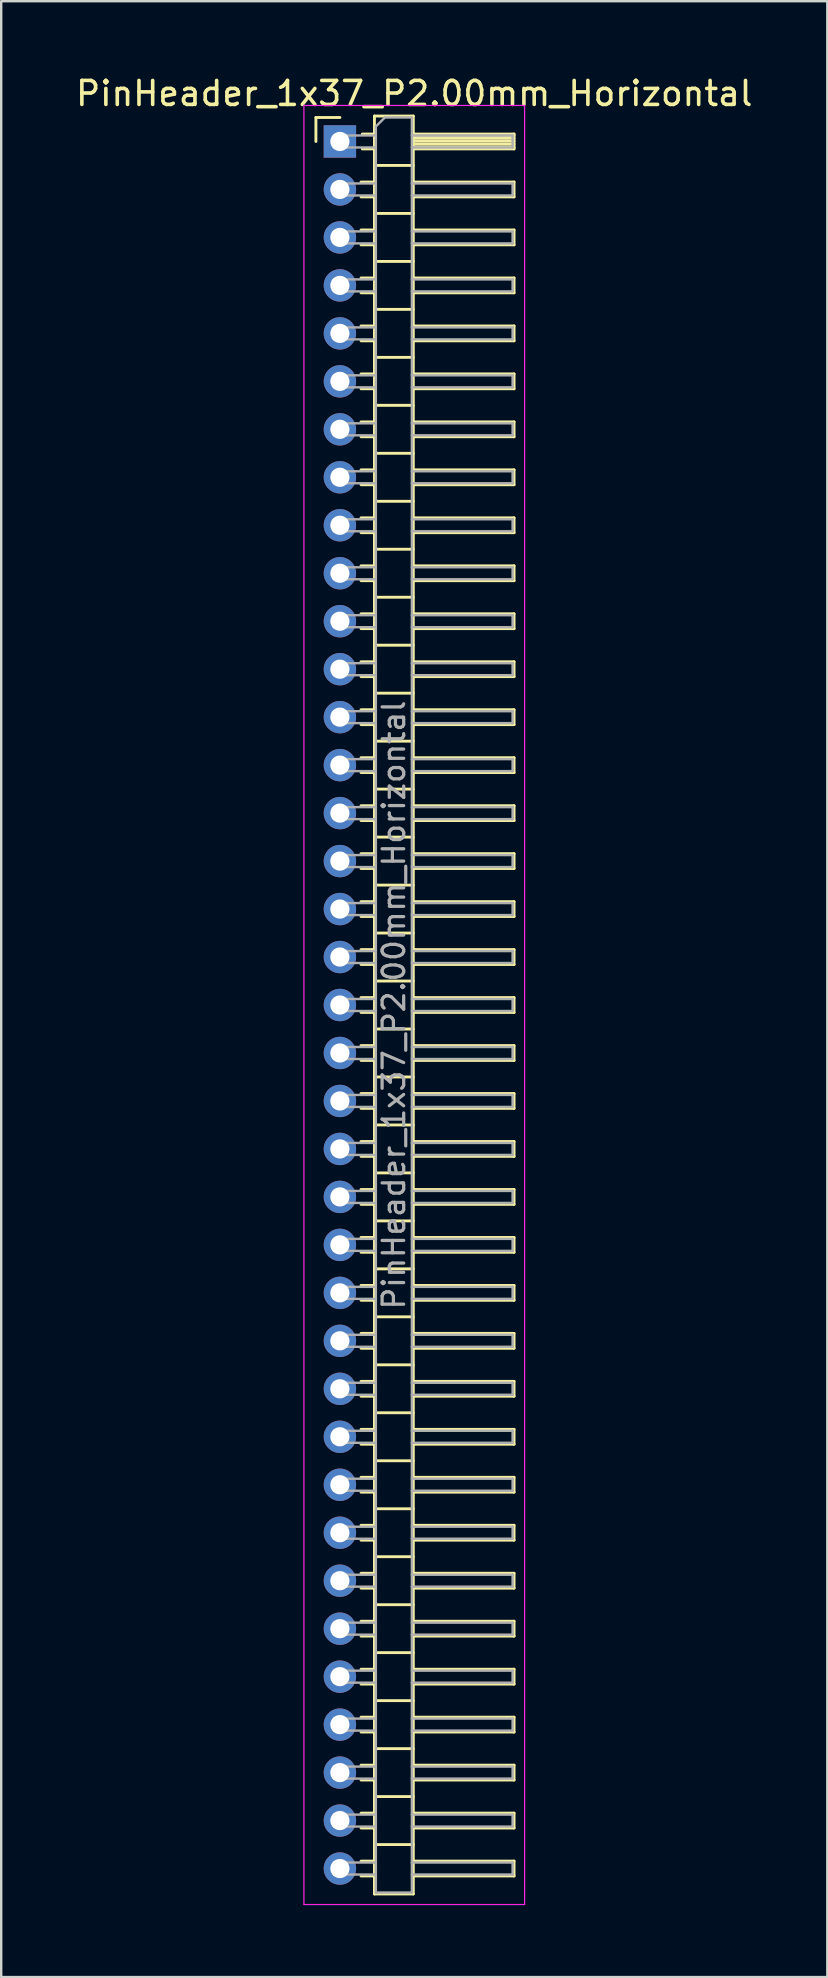
<source format=kicad_pcb>
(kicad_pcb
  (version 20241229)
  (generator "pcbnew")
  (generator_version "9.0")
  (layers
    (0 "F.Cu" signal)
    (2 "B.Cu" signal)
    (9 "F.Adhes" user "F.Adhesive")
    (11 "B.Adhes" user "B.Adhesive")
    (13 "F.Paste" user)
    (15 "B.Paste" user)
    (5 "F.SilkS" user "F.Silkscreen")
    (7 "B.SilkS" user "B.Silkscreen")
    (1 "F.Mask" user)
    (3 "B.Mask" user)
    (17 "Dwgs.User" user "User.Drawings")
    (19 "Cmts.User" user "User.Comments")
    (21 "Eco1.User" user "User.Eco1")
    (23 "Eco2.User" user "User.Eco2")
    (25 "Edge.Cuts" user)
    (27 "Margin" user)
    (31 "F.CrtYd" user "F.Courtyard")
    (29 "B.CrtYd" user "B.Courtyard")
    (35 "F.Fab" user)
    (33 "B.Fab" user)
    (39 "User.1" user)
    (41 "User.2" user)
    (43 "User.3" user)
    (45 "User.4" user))
  (footprint "PinHeader_1x37_P2.00mm_Horizontal"
    (layer "F.Cu")
    (at 11.12 2.848)
    (property "Reference" "PinHeader_1x37_P2.00mm_Horizontal" (at 3.1 -2 0) (layer "F.SilkS") (effects (font (size 1 1) (thickness 0.15))))
    (attr through_hole)
    (fp_line (start -1 -1) (end 0 -1) (stroke (width 0.12) (type solid)) (layer "F.SilkS"))
    (fp_line (start -1 0) (end -1 -1) (stroke (width 0.12) (type solid)) (layer "F.SilkS"))
    (fp_line (start 0.882 1.69) (end 1.44 1.69) (stroke (width 0.12) (type solid)) (layer "F.SilkS"))
    (fp_line (start 0.882 2.31) (end 1.44 2.31) (stroke (width 0.12) (type solid)) (layer "F.SilkS"))
    (fp_line (start 0.882 3.69) (end 1.44 3.69) (stroke (width 0.12) (type solid)) (layer "F.SilkS"))
    (fp_line (start 0.882 4.31) (end 1.44 4.31) (stroke (width 0.12) (type solid)) (layer "F.SilkS"))
    (fp_line (start 0.882 5.69) (end 1.44 5.69) (stroke (width 0.12) (type solid)) (layer "F.SilkS"))
    (fp_line (start 0.882 6.31) (end 1.44 6.31) (stroke (width 0.12) (type solid)) (layer "F.SilkS"))
    (fp_line (start 0.882 7.69) (end 1.44 7.69) (stroke (width 0.12) (type solid)) (layer "F.SilkS"))
    (fp_line (start 0.882 8.31) (end 1.44 8.31) (stroke (width 0.12) (type solid)) (layer "F.SilkS"))
    (fp_line (start 0.882 9.69) (end 1.44 9.69) (stroke (width 0.12) (type solid)) (layer "F.SilkS"))
    (fp_line (start 0.882 10.31) (end 1.44 10.31) (stroke (width 0.12) (type solid)) (layer "F.SilkS"))
    (fp_line (start 0.882 11.69) (end 1.44 11.69) (stroke (width 0.12) (type solid)) (layer "F.SilkS"))
    (fp_line (start 0.882 12.31) (end 1.44 12.31) (stroke (width 0.12) (type solid)) (layer "F.SilkS"))
    (fp_line (start 0.882 13.69) (end 1.44 13.69) (stroke (width 0.12) (type solid)) (layer "F.SilkS"))
    (fp_line (start 0.882 14.31) (end 1.44 14.31) (stroke (width 0.12) (type solid)) (layer "F.SilkS"))
    (fp_line (start 0.882 15.69) (end 1.44 15.69) (stroke (width 0.12) (type solid)) (layer "F.SilkS"))
    (fp_line (start 0.882 16.31) (end 1.44 16.31) (stroke (width 0.12) (type solid)) (layer "F.SilkS"))
    (fp_line (start 0.882 17.69) (end 1.44 17.69) (stroke (width 0.12) (type solid)) (layer "F.SilkS"))
    (fp_line (start 0.882 18.31) (end 1.44 18.31) (stroke (width 0.12) (type solid)) (layer "F.SilkS"))
    (fp_line (start 0.882 19.69) (end 1.44 19.69) (stroke (width 0.12) (type solid)) (layer "F.SilkS"))
    (fp_line (start 0.882 20.31) (end 1.44 20.31) (stroke (width 0.12) (type solid)) (layer "F.SilkS"))
    (fp_line (start 0.882 21.69) (end 1.44 21.69) (stroke (width 0.12) (type solid)) (layer "F.SilkS"))
    (fp_line (start 0.882 22.31) (end 1.44 22.31) (stroke (width 0.12) (type solid)) (layer "F.SilkS"))
    (fp_line (start 0.882 23.69) (end 1.44 23.69) (stroke (width 0.12) (type solid)) (layer "F.SilkS"))
    (fp_line (start 0.882 24.31) (end 1.44 24.31) (stroke (width 0.12) (type solid)) (layer "F.SilkS"))
    (fp_line (start 0.882 25.69) (end 1.44 25.69) (stroke (width 0.12) (type solid)) (layer "F.SilkS"))
    (fp_line (start 0.882 26.31) (end 1.44 26.31) (stroke (width 0.12) (type solid)) (layer "F.SilkS"))
    (fp_line (start 0.882 27.69) (end 1.44 27.69) (stroke (width 0.12) (type solid)) (layer "F.SilkS"))
    (fp_line (start 0.882 28.31) (end 1.44 28.31) (stroke (width 0.12) (type solid)) (layer "F.SilkS"))
    (fp_line (start 0.882 29.69) (end 1.44 29.69) (stroke (width 0.12) (type solid)) (layer "F.SilkS"))
    (fp_line (start 0.882 30.31) (end 1.44 30.31) (stroke (width 0.12) (type solid)) (layer "F.SilkS"))
    (fp_line (start 0.882 31.69) (end 1.44 31.69) (stroke (width 0.12) (type solid)) (layer "F.SilkS"))
    (fp_line (start 0.882 32.31) (end 1.44 32.31) (stroke (width 0.12) (type solid)) (layer "F.SilkS"))
    (fp_line (start 0.882 33.69) (end 1.44 33.69) (stroke (width 0.12) (type solid)) (layer "F.SilkS"))
    (fp_line (start 0.882 34.31) (end 1.44 34.31) (stroke (width 0.12) (type solid)) (layer "F.SilkS"))
    (fp_line (start 0.882 35.69) (end 1.44 35.69) (stroke (width 0.12) (type solid)) (layer "F.SilkS"))
    (fp_line (start 0.882 36.31) (end 1.44 36.31) (stroke (width 0.12) (type solid)) (layer "F.SilkS"))
    (fp_line (start 0.882 37.69) (end 1.44 37.69) (stroke (width 0.12) (type solid)) (layer "F.SilkS"))
    (fp_line (start 0.882 38.31) (end 1.44 38.31) (stroke (width 0.12) (type solid)) (layer "F.SilkS"))
    (fp_line (start 0.882 39.69) (end 1.44 39.69) (stroke (width 0.12) (type solid)) (layer "F.SilkS"))
    (fp_line (start 0.882 40.31) (end 1.44 40.31) (stroke (width 0.12) (type solid)) (layer "F.SilkS"))
    (fp_line (start 0.882 41.69) (end 1.44 41.69) (stroke (width 0.12) (type solid)) (layer "F.SilkS"))
    (fp_line (start 0.882 42.31) (end 1.44 42.31) (stroke (width 0.12) (type solid)) (layer "F.SilkS"))
    (fp_line (start 0.882 43.69) (end 1.44 43.69) (stroke (width 0.12) (type solid)) (layer "F.SilkS"))
    (fp_line (start 0.882 44.31) (end 1.44 44.31) (stroke (width 0.12) (type solid)) (layer "F.SilkS"))
    (fp_line (start 0.882 45.69) (end 1.44 45.69) (stroke (width 0.12) (type solid)) (layer "F.SilkS"))
    (fp_line (start 0.882 46.31) (end 1.44 46.31) (stroke (width 0.12) (type solid)) (layer "F.SilkS"))
    (fp_line (start 0.882 47.69) (end 1.44 47.69) (stroke (width 0.12) (type solid)) (layer "F.SilkS"))
    (fp_line (start 0.882 48.31) (end 1.44 48.31) (stroke (width 0.12) (type solid)) (layer "F.SilkS"))
    (fp_line (start 0.882 49.69) (end 1.44 49.69) (stroke (width 0.12) (type solid)) (layer "F.SilkS"))
    (fp_line (start 0.882 50.31) (end 1.44 50.31) (stroke (width 0.12) (type solid)) (layer "F.SilkS"))
    (fp_line (start 0.882 51.69) (end 1.44 51.69) (stroke (width 0.12) (type solid)) (layer "F.SilkS"))
    (fp_line (start 0.882 52.31) (end 1.44 52.31) (stroke (width 0.12) (type solid)) (layer "F.SilkS"))
    (fp_line (start 0.882 53.69) (end 1.44 53.69) (stroke (width 0.12) (type solid)) (layer "F.SilkS"))
    (fp_line (start 0.882 54.31) (end 1.44 54.31) (stroke (width 0.12) (type solid)) (layer "F.SilkS"))
    (fp_line (start 0.882 55.69) (end 1.44 55.69) (stroke (width 0.12) (type solid)) (layer "F.SilkS"))
    (fp_line (start 0.882 56.31) (end 1.44 56.31) (stroke (width 0.12) (type solid)) (layer "F.SilkS"))
    (fp_line (start 0.882 57.69) (end 1.44 57.69) (stroke (width 0.12) (type solid)) (layer "F.SilkS"))
    (fp_line (start 0.882 58.31) (end 1.44 58.31) (stroke (width 0.12) (type solid)) (layer "F.SilkS"))
    (fp_line (start 0.882 59.69) (end 1.44 59.69) (stroke (width 0.12) (type solid)) (layer "F.SilkS"))
    (fp_line (start 0.882 60.31) (end 1.44 60.31) (stroke (width 0.12) (type solid)) (layer "F.SilkS"))
    (fp_line (start 0.882 61.69) (end 1.44 61.69) (stroke (width 0.12) (type solid)) (layer "F.SilkS"))
    (fp_line (start 0.882 62.31) (end 1.44 62.31) (stroke (width 0.12) (type solid)) (layer "F.SilkS"))
    (fp_line (start 0.882 63.69) (end 1.44 63.69) (stroke (width 0.12) (type solid)) (layer "F.SilkS"))
    (fp_line (start 0.882 64.31) (end 1.44 64.31) (stroke (width 0.12) (type solid)) (layer "F.SilkS"))
    (fp_line (start 0.882 65.69) (end 1.44 65.69) (stroke (width 0.12) (type solid)) (layer "F.SilkS"))
    (fp_line (start 0.882 66.31) (end 1.44 66.31) (stroke (width 0.12) (type solid)) (layer "F.SilkS"))
    (fp_line (start 0.882 67.69) (end 1.44 67.69) (stroke (width 0.12) (type solid)) (layer "F.SilkS"))
    (fp_line (start 0.882 68.31) (end 1.44 68.31) (stroke (width 0.12) (type solid)) (layer "F.SilkS"))
    (fp_line (start 0.882 69.69) (end 1.44 69.69) (stroke (width 0.12) (type solid)) (layer "F.SilkS"))
    (fp_line (start 0.882 70.31) (end 1.44 70.31) (stroke (width 0.12) (type solid)) (layer "F.SilkS"))
    (fp_line (start 0.882 71.69) (end 1.44 71.69) (stroke (width 0.12) (type solid)) (layer "F.SilkS"))
    (fp_line (start 0.882 72.31) (end 1.44 72.31) (stroke (width 0.12) (type solid)) (layer "F.SilkS"))
    (fp_line (start 0.935 -0.31) (end 1.44 -0.31) (stroke (width 0.12) (type solid)) (layer "F.SilkS"))
    (fp_line (start 0.935 0.31) (end 1.44 0.31) (stroke (width 0.12) (type solid)) (layer "F.SilkS"))
    (fp_line (start 1.44 -1.06) (end 1.44 73.06) (stroke (width 0.12) (type solid)) (layer "F.SilkS"))
    (fp_line (start 1.44 1) (end 3.06 1) (stroke (width 0.12) (type solid)) (layer "F.SilkS"))
    (fp_line (start 1.44 3) (end 3.06 3) (stroke (width 0.12) (type solid)) (layer "F.SilkS"))
    (fp_line (start 1.44 5) (end 3.06 5) (stroke (width 0.12) (type solid)) (layer "F.SilkS"))
    (fp_line (start 1.44 7) (end 3.06 7) (stroke (width 0.12) (type solid)) (layer "F.SilkS"))
    (fp_line (start 1.44 9) (end 3.06 9) (stroke (width 0.12) (type solid)) (layer "F.SilkS"))
    (fp_line (start 1.44 11) (end 3.06 11) (stroke (width 0.12) (type solid)) (layer "F.SilkS"))
    (fp_line (start 1.44 13) (end 3.06 13) (stroke (width 0.12) (type solid)) (layer "F.SilkS"))
    (fp_line (start 1.44 15) (end 3.06 15) (stroke (width 0.12) (type solid)) (layer "F.SilkS"))
    (fp_line (start 1.44 17) (end 3.06 17) (stroke (width 0.12) (type solid)) (layer "F.SilkS"))
    (fp_line (start 1.44 19) (end 3.06 19) (stroke (width 0.12) (type solid)) (layer "F.SilkS"))
    (fp_line (start 1.44 21) (end 3.06 21) (stroke (width 0.12) (type solid)) (layer "F.SilkS"))
    (fp_line (start 1.44 23) (end 3.06 23) (stroke (width 0.12) (type solid)) (layer "F.SilkS"))
    (fp_line (start 1.44 25) (end 3.06 25) (stroke (width 0.12) (type solid)) (layer "F.SilkS"))
    (fp_line (start 1.44 27) (end 3.06 27) (stroke (width 0.12) (type solid)) (layer "F.SilkS"))
    (fp_line (start 1.44 29) (end 3.06 29) (stroke (width 0.12) (type solid)) (layer "F.SilkS"))
    (fp_line (start 1.44 31) (end 3.06 31) (stroke (width 0.12) (type solid)) (layer "F.SilkS"))
    (fp_line (start 1.44 33) (end 3.06 33) (stroke (width 0.12) (type solid)) (layer "F.SilkS"))
    (fp_line (start 1.44 35) (end 3.06 35) (stroke (width 0.12) (type solid)) (layer "F.SilkS"))
    (fp_line (start 1.44 37) (end 3.06 37) (stroke (width 0.12) (type solid)) (layer "F.SilkS"))
    (fp_line (start 1.44 39) (end 3.06 39) (stroke (width 0.12) (type solid)) (layer "F.SilkS"))
    (fp_line (start 1.44 41) (end 3.06 41) (stroke (width 0.12) (type solid)) (layer "F.SilkS"))
    (fp_line (start 1.44 43) (end 3.06 43) (stroke (width 0.12) (type solid)) (layer "F.SilkS"))
    (fp_line (start 1.44 45) (end 3.06 45) (stroke (width 0.12) (type solid)) (layer "F.SilkS"))
    (fp_line (start 1.44 47) (end 3.06 47) (stroke (width 0.12) (type solid)) (layer "F.SilkS"))
    (fp_line (start 1.44 49) (end 3.06 49) (stroke (width 0.12) (type solid)) (layer "F.SilkS"))
    (fp_line (start 1.44 51) (end 3.06 51) (stroke (width 0.12) (type solid)) (layer "F.SilkS"))
    (fp_line (start 1.44 53) (end 3.06 53) (stroke (width 0.12) (type solid)) (layer "F.SilkS"))
    (fp_line (start 1.44 55) (end 3.06 55) (stroke (width 0.12) (type solid)) (layer "F.SilkS"))
    (fp_line (start 1.44 57) (end 3.06 57) (stroke (width 0.12) (type solid)) (layer "F.SilkS"))
    (fp_line (start 1.44 59) (end 3.06 59) (stroke (width 0.12) (type solid)) (layer "F.SilkS"))
    (fp_line (start 1.44 61) (end 3.06 61) (stroke (width 0.12) (type solid)) (layer "F.SilkS"))
    (fp_line (start 1.44 63) (end 3.06 63) (stroke (width 0.12) (type solid)) (layer "F.SilkS"))
    (fp_line (start 1.44 65) (end 3.06 65) (stroke (width 0.12) (type solid)) (layer "F.SilkS"))
    (fp_line (start 1.44 67) (end 3.06 67) (stroke (width 0.12) (type solid)) (layer "F.SilkS"))
    (fp_line (start 1.44 69) (end 3.06 69) (stroke (width 0.12) (type solid)) (layer "F.SilkS"))
    (fp_line (start 1.44 71) (end 3.06 71) (stroke (width 0.12) (type solid)) (layer "F.SilkS"))
    (fp_line (start 1.44 73.06) (end 3.06 73.06) (stroke (width 0.12) (type solid)) (layer "F.SilkS"))
    (fp_line (start 3.06 -1.06) (end 1.44 -1.06) (stroke (width 0.12) (type solid)) (layer "F.SilkS"))
    (fp_line (start 3.06 -0.31) (end 7.26 -0.31) (stroke (width 0.12) (type solid)) (layer "F.SilkS"))
    (fp_line (start 3.06 -0.25) (end 7.26 -0.25) (stroke (width 0.12) (type solid)) (layer "F.SilkS"))
    (fp_line (start 3.06 -0.13) (end 7.26 -0.13) (stroke (width 0.12) (type solid)) (layer "F.SilkS"))
    (fp_line (start 3.06 -0.01) (end 7.26 -0.01) (stroke (width 0.12) (type solid)) (layer "F.SilkS"))
    (fp_line (start 3.06 0.11) (end 7.26 0.11) (stroke (width 0.12) (type solid)) (layer "F.SilkS"))
    (fp_line (start 3.06 0.23) (end 7.26 0.23) (stroke (width 0.12) (type solid)) (layer "F.SilkS"))
    (fp_line (start 3.06 1.69) (end 7.26 1.69) (stroke (width 0.12) (type solid)) (layer "F.SilkS"))
    (fp_line (start 3.06 3.69) (end 7.26 3.69) (stroke (width 0.12) (type solid)) (layer "F.SilkS"))
    (fp_line (start 3.06 5.69) (end 7.26 5.69) (stroke (width 0.12) (type solid)) (layer "F.SilkS"))
    (fp_line (start 3.06 7.69) (end 7.26 7.69) (stroke (width 0.12) (type solid)) (layer "F.SilkS"))
    (fp_line (start 3.06 9.69) (end 7.26 9.69) (stroke (width 0.12) (type solid)) (layer "F.SilkS"))
    (fp_line (start 3.06 11.69) (end 7.26 11.69) (stroke (width 0.12) (type solid)) (layer "F.SilkS"))
    (fp_line (start 3.06 13.69) (end 7.26 13.69) (stroke (width 0.12) (type solid)) (layer "F.SilkS"))
    (fp_line (start 3.06 15.69) (end 7.26 15.69) (stroke (width 0.12) (type solid)) (layer "F.SilkS"))
    (fp_line (start 3.06 17.69) (end 7.26 17.69) (stroke (width 0.12) (type solid)) (layer "F.SilkS"))
    (fp_line (start 3.06 19.69) (end 7.26 19.69) (stroke (width 0.12) (type solid)) (layer "F.SilkS"))
    (fp_line (start 3.06 21.69) (end 7.26 21.69) (stroke (width 0.12) (type solid)) (layer "F.SilkS"))
    (fp_line (start 3.06 23.69) (end 7.26 23.69) (stroke (width 0.12) (type solid)) (layer "F.SilkS"))
    (fp_line (start 3.06 25.69) (end 7.26 25.69) (stroke (width 0.12) (type solid)) (layer "F.SilkS"))
    (fp_line (start 3.06 27.69) (end 7.26 27.69) (stroke (width 0.12) (type solid)) (layer "F.SilkS"))
    (fp_line (start 3.06 29.69) (end 7.26 29.69) (stroke (width 0.12) (type solid)) (layer "F.SilkS"))
    (fp_line (start 3.06 31.69) (end 7.26 31.69) (stroke (width 0.12) (type solid)) (layer "F.SilkS"))
    (fp_line (start 3.06 33.69) (end 7.26 33.69) (stroke (width 0.12) (type solid)) (layer "F.SilkS"))
    (fp_line (start 3.06 35.69) (end 7.26 35.69) (stroke (width 0.12) (type solid)) (layer "F.SilkS"))
    (fp_line (start 3.06 37.69) (end 7.26 37.69) (stroke (width 0.12) (type solid)) (layer "F.SilkS"))
    (fp_line (start 3.06 39.69) (end 7.26 39.69) (stroke (width 0.12) (type solid)) (layer "F.SilkS"))
    (fp_line (start 3.06 41.69) (end 7.26 41.69) (stroke (width 0.12) (type solid)) (layer "F.SilkS"))
    (fp_line (start 3.06 43.69) (end 7.26 43.69) (stroke (width 0.12) (type solid)) (layer "F.SilkS"))
    (fp_line (start 3.06 45.69) (end 7.26 45.69) (stroke (width 0.12) (type solid)) (layer "F.SilkS"))
    (fp_line (start 3.06 47.69) (end 7.26 47.69) (stroke (width 0.12) (type solid)) (layer "F.SilkS"))
    (fp_line (start 3.06 49.69) (end 7.26 49.69) (stroke (width 0.12) (type solid)) (layer "F.SilkS"))
    (fp_line (start 3.06 51.69) (end 7.26 51.69) (stroke (width 0.12) (type solid)) (layer "F.SilkS"))
    (fp_line (start 3.06 53.69) (end 7.26 53.69) (stroke (width 0.12) (type solid)) (layer "F.SilkS"))
    (fp_line (start 3.06 55.69) (end 7.26 55.69) (stroke (width 0.12) (type solid)) (layer "F.SilkS"))
    (fp_line (start 3.06 57.69) (end 7.26 57.69) (stroke (width 0.12) (type solid)) (layer "F.SilkS"))
    (fp_line (start 3.06 59.69) (end 7.26 59.69) (stroke (width 0.12) (type solid)) (layer "F.SilkS"))
    (fp_line (start 3.06 61.69) (end 7.26 61.69) (stroke (width 0.12) (type solid)) (layer "F.SilkS"))
    (fp_line (start 3.06 63.69) (end 7.26 63.69) (stroke (width 0.12) (type solid)) (layer "F.SilkS"))
    (fp_line (start 3.06 65.69) (end 7.26 65.69) (stroke (width 0.12) (type solid)) (layer "F.SilkS"))
    (fp_line (start 3.06 67.69) (end 7.26 67.69) (stroke (width 0.12) (type solid)) (layer "F.SilkS"))
    (fp_line (start 3.06 69.69) (end 7.26 69.69) (stroke (width 0.12) (type solid)) (layer "F.SilkS"))
    (fp_line (start 3.06 71.69) (end 7.26 71.69) (stroke (width 0.12) (type solid)) (layer "F.SilkS"))
    (fp_line (start 3.06 73.06) (end 3.06 -1.06) (stroke (width 0.12) (type solid)) (layer "F.SilkS"))
    (fp_line (start 7.26 -0.31) (end 7.26 0.31) (stroke (width 0.12) (type solid)) (layer "F.SilkS"))
    (fp_line (start 7.26 0.31) (end 3.06 0.31) (stroke (width 0.12) (type solid)) (layer "F.SilkS"))
    (fp_line (start 7.26 1.69) (end 7.26 2.31) (stroke (width 0.12) (type solid)) (layer "F.SilkS"))
    (fp_line (start 7.26 2.31) (end 3.06 2.31) (stroke (width 0.12) (type solid)) (layer "F.SilkS"))
    (fp_line (start 7.26 3.69) (end 7.26 4.31) (stroke (width 0.12) (type solid)) (layer "F.SilkS"))
    (fp_line (start 7.26 4.31) (end 3.06 4.31) (stroke (width 0.12) (type solid)) (layer "F.SilkS"))
    (fp_line (start 7.26 5.69) (end 7.26 6.31) (stroke (width 0.12) (type solid)) (layer "F.SilkS"))
    (fp_line (start 7.26 6.31) (end 3.06 6.31) (stroke (width 0.12) (type solid)) (layer "F.SilkS"))
    (fp_line (start 7.26 7.69) (end 7.26 8.31) (stroke (width 0.12) (type solid)) (layer "F.SilkS"))
    (fp_line (start 7.26 8.31) (end 3.06 8.31) (stroke (width 0.12) (type solid)) (layer "F.SilkS"))
    (fp_line (start 7.26 9.69) (end 7.26 10.31) (stroke (width 0.12) (type solid)) (layer "F.SilkS"))
    (fp_line (start 7.26 10.31) (end 3.06 10.31) (stroke (width 0.12) (type solid)) (layer "F.SilkS"))
    (fp_line (start 7.26 11.69) (end 7.26 12.31) (stroke (width 0.12) (type solid)) (layer "F.SilkS"))
    (fp_line (start 7.26 12.31) (end 3.06 12.31) (stroke (width 0.12) (type solid)) (layer "F.SilkS"))
    (fp_line (start 7.26 13.69) (end 7.26 14.31) (stroke (width 0.12) (type solid)) (layer "F.SilkS"))
    (fp_line (start 7.26 14.31) (end 3.06 14.31) (stroke (width 0.12) (type solid)) (layer "F.SilkS"))
    (fp_line (start 7.26 15.69) (end 7.26 16.31) (stroke (width 0.12) (type solid)) (layer "F.SilkS"))
    (fp_line (start 7.26 16.31) (end 3.06 16.31) (stroke (width 0.12) (type solid)) (layer "F.SilkS"))
    (fp_line (start 7.26 17.69) (end 7.26 18.31) (stroke (width 0.12) (type solid)) (layer "F.SilkS"))
    (fp_line (start 7.26 18.31) (end 3.06 18.31) (stroke (width 0.12) (type solid)) (layer "F.SilkS"))
    (fp_line (start 7.26 19.69) (end 7.26 20.31) (stroke (width 0.12) (type solid)) (layer "F.SilkS"))
    (fp_line (start 7.26 20.31) (end 3.06 20.31) (stroke (width 0.12) (type solid)) (layer "F.SilkS"))
    (fp_line (start 7.26 21.69) (end 7.26 22.31) (stroke (width 0.12) (type solid)) (layer "F.SilkS"))
    (fp_line (start 7.26 22.31) (end 3.06 22.31) (stroke (width 0.12) (type solid)) (layer "F.SilkS"))
    (fp_line (start 7.26 23.69) (end 7.26 24.31) (stroke (width 0.12) (type solid)) (layer "F.SilkS"))
    (fp_line (start 7.26 24.31) (end 3.06 24.31) (stroke (width 0.12) (type solid)) (layer "F.SilkS"))
    (fp_line (start 7.26 25.69) (end 7.26 26.31) (stroke (width 0.12) (type solid)) (layer "F.SilkS"))
    (fp_line (start 7.26 26.31) (end 3.06 26.31) (stroke (width 0.12) (type solid)) (layer "F.SilkS"))
    (fp_line (start 7.26 27.69) (end 7.26 28.31) (stroke (width 0.12) (type solid)) (layer "F.SilkS"))
    (fp_line (start 7.26 28.31) (end 3.06 28.31) (stroke (width 0.12) (type solid)) (layer "F.SilkS"))
    (fp_line (start 7.26 29.69) (end 7.26 30.31) (stroke (width 0.12) (type solid)) (layer "F.SilkS"))
    (fp_line (start 7.26 30.31) (end 3.06 30.31) (stroke (width 0.12) (type solid)) (layer "F.SilkS"))
    (fp_line (start 7.26 31.69) (end 7.26 32.31) (stroke (width 0.12) (type solid)) (layer "F.SilkS"))
    (fp_line (start 7.26 32.31) (end 3.06 32.31) (stroke (width 0.12) (type solid)) (layer "F.SilkS"))
    (fp_line (start 7.26 33.69) (end 7.26 34.31) (stroke (width 0.12) (type solid)) (layer "F.SilkS"))
    (fp_line (start 7.26 34.31) (end 3.06 34.31) (stroke (width 0.12) (type solid)) (layer "F.SilkS"))
    (fp_line (start 7.26 35.69) (end 7.26 36.31) (stroke (width 0.12) (type solid)) (layer "F.SilkS"))
    (fp_line (start 7.26 36.31) (end 3.06 36.31) (stroke (width 0.12) (type solid)) (layer "F.SilkS"))
    (fp_line (start 7.26 37.69) (end 7.26 38.31) (stroke (width 0.12) (type solid)) (layer "F.SilkS"))
    (fp_line (start 7.26 38.31) (end 3.06 38.31) (stroke (width 0.12) (type solid)) (layer "F.SilkS"))
    (fp_line (start 7.26 39.69) (end 7.26 40.31) (stroke (width 0.12) (type solid)) (layer "F.SilkS"))
    (fp_line (start 7.26 40.31) (end 3.06 40.31) (stroke (width 0.12) (type solid)) (layer "F.SilkS"))
    (fp_line (start 7.26 41.69) (end 7.26 42.31) (stroke (width 0.12) (type solid)) (layer "F.SilkS"))
    (fp_line (start 7.26 42.31) (end 3.06 42.31) (stroke (width 0.12) (type solid)) (layer "F.SilkS"))
    (fp_line (start 7.26 43.69) (end 7.26 44.31) (stroke (width 0.12) (type solid)) (layer "F.SilkS"))
    (fp_line (start 7.26 44.31) (end 3.06 44.31) (stroke (width 0.12) (type solid)) (layer "F.SilkS"))
    (fp_line (start 7.26 45.69) (end 7.26 46.31) (stroke (width 0.12) (type solid)) (layer "F.SilkS"))
    (fp_line (start 7.26 46.31) (end 3.06 46.31) (stroke (width 0.12) (type solid)) (layer "F.SilkS"))
    (fp_line (start 7.26 47.69) (end 7.26 48.31) (stroke (width 0.12) (type solid)) (layer "F.SilkS"))
    (fp_line (start 7.26 48.31) (end 3.06 48.31) (stroke (width 0.12) (type solid)) (layer "F.SilkS"))
    (fp_line (start 7.26 49.69) (end 7.26 50.31) (stroke (width 0.12) (type solid)) (layer "F.SilkS"))
    (fp_line (start 7.26 50.31) (end 3.06 50.31) (stroke (width 0.12) (type solid)) (layer "F.SilkS"))
    (fp_line (start 7.26 51.69) (end 7.26 52.31) (stroke (width 0.12) (type solid)) (layer "F.SilkS"))
    (fp_line (start 7.26 52.31) (end 3.06 52.31) (stroke (width 0.12) (type solid)) (layer "F.SilkS"))
    (fp_line (start 7.26 53.69) (end 7.26 54.31) (stroke (width 0.12) (type solid)) (layer "F.SilkS"))
    (fp_line (start 7.26 54.31) (end 3.06 54.31) (stroke (width 0.12) (type solid)) (layer "F.SilkS"))
    (fp_line (start 7.26 55.69) (end 7.26 56.31) (stroke (width 0.12) (type solid)) (layer "F.SilkS"))
    (fp_line (start 7.26 56.31) (end 3.06 56.31) (stroke (width 0.12) (type solid)) (layer "F.SilkS"))
    (fp_line (start 7.26 57.69) (end 7.26 58.31) (stroke (width 0.12) (type solid)) (layer "F.SilkS"))
    (fp_line (start 7.26 58.31) (end 3.06 58.31) (stroke (width 0.12) (type solid)) (layer "F.SilkS"))
    (fp_line (start 7.26 59.69) (end 7.26 60.31) (stroke (width 0.12) (type solid)) (layer "F.SilkS"))
    (fp_line (start 7.26 60.31) (end 3.06 60.31) (stroke (width 0.12) (type solid)) (layer "F.SilkS"))
    (fp_line (start 7.26 61.69) (end 7.26 62.31) (stroke (width 0.12) (type solid)) (layer "F.SilkS"))
    (fp_line (start 7.26 62.31) (end 3.06 62.31) (stroke (width 0.12) (type solid)) (layer "F.SilkS"))
    (fp_line (start 7.26 63.69) (end 7.26 64.31) (stroke (width 0.12) (type solid)) (layer "F.SilkS"))
    (fp_line (start 7.26 64.31) (end 3.06 64.31) (stroke (width 0.12) (type solid)) (layer "F.SilkS"))
    (fp_line (start 7.26 65.69) (end 7.26 66.31) (stroke (width 0.12) (type solid)) (layer "F.SilkS"))
    (fp_line (start 7.26 66.31) (end 3.06 66.31) (stroke (width 0.12) (type solid)) (layer "F.SilkS"))
    (fp_line (start 7.26 67.69) (end 7.26 68.31) (stroke (width 0.12) (type solid)) (layer "F.SilkS"))
    (fp_line (start 7.26 68.31) (end 3.06 68.31) (stroke (width 0.12) (type solid)) (layer "F.SilkS"))
    (fp_line (start 7.26 69.69) (end 7.26 70.31) (stroke (width 0.12) (type solid)) (layer "F.SilkS"))
    (fp_line (start 7.26 70.31) (end 3.06 70.31) (stroke (width 0.12) (type solid)) (layer "F.SilkS"))
    (fp_line (start 7.26 71.69) (end 7.26 72.31) (stroke (width 0.12) (type solid)) (layer "F.SilkS"))
    (fp_line (start 7.26 72.31) (end 3.06 72.31) (stroke (width 0.12) (type solid)) (layer "F.SilkS"))
    (fp_line (start -1.5 -1.5) (end -1.5 73.5) (stroke (width 0.05) (type solid)) (layer "F.CrtYd"))
    (fp_line (start -1.5 73.5) (end 7.7 73.5) (stroke (width 0.05) (type solid)) (layer "F.CrtYd"))
    (fp_line (start 7.7 -1.5) (end -1.5 -1.5) (stroke (width 0.05) (type solid)) (layer "F.CrtYd"))
    (fp_line (start 7.7 73.5) (end 7.7 -1.5) (stroke (width 0.05) (type solid)) (layer "F.CrtYd"))
    (fp_line (start -0.25 -0.25) (end -0.25 0.25) (stroke (width 0.1) (type solid)) (layer "F.Fab"))
    (fp_line (start -0.25 -0.25) (end 1.5 -0.25) (stroke (width 0.1) (type solid)) (layer "F.Fab"))
    (fp_line (start -0.25 0.25) (end 1.5 0.25) (stroke (width 0.1) (type solid)) (layer "F.Fab"))
    (fp_line (start -0.25 1.75) (end -0.25 2.25) (stroke (width 0.1) (type solid)) (layer "F.Fab"))
    (fp_line (start -0.25 1.75) (end 1.5 1.75) (stroke (width 0.1) (type solid)) (layer "F.Fab"))
    (fp_line (start -0.25 2.25) (end 1.5 2.25) (stroke (width 0.1) (type solid)) (layer "F.Fab"))
    (fp_line (start -0.25 3.75) (end -0.25 4.25) (stroke (width 0.1) (type solid)) (layer "F.Fab"))
    (fp_line (start -0.25 3.75) (end 1.5 3.75) (stroke (width 0.1) (type solid)) (layer "F.Fab"))
    (fp_line (start -0.25 4.25) (end 1.5 4.25) (stroke (width 0.1) (type solid)) (layer "F.Fab"))
    (fp_line (start -0.25 5.75) (end -0.25 6.25) (stroke (width 0.1) (type solid)) (layer "F.Fab"))
    (fp_line (start -0.25 5.75) (end 1.5 5.75) (stroke (width 0.1) (type solid)) (layer "F.Fab"))
    (fp_line (start -0.25 6.25) (end 1.5 6.25) (stroke (width 0.1) (type solid)) (layer "F.Fab"))
    (fp_line (start -0.25 7.75) (end -0.25 8.25) (stroke (width 0.1) (type solid)) (layer "F.Fab"))
    (fp_line (start -0.25 7.75) (end 1.5 7.75) (stroke (width 0.1) (type solid)) (layer "F.Fab"))
    (fp_line (start -0.25 8.25) (end 1.5 8.25) (stroke (width 0.1) (type solid)) (layer "F.Fab"))
    (fp_line (start -0.25 9.75) (end -0.25 10.25) (stroke (width 0.1) (type solid)) (layer "F.Fab"))
    (fp_line (start -0.25 9.75) (end 1.5 9.75) (stroke (width 0.1) (type solid)) (layer "F.Fab"))
    (fp_line (start -0.25 10.25) (end 1.5 10.25) (stroke (width 0.1) (type solid)) (layer "F.Fab"))
    (fp_line (start -0.25 11.75) (end -0.25 12.25) (stroke (width 0.1) (type solid)) (layer "F.Fab"))
    (fp_line (start -0.25 11.75) (end 1.5 11.75) (stroke (width 0.1) (type solid)) (layer "F.Fab"))
    (fp_line (start -0.25 12.25) (end 1.5 12.25) (stroke (width 0.1) (type solid)) (layer "F.Fab"))
    (fp_line (start -0.25 13.75) (end -0.25 14.25) (stroke (width 0.1) (type solid)) (layer "F.Fab"))
    (fp_line (start -0.25 13.75) (end 1.5 13.75) (stroke (width 0.1) (type solid)) (layer "F.Fab"))
    (fp_line (start -0.25 14.25) (end 1.5 14.25) (stroke (width 0.1) (type solid)) (layer "F.Fab"))
    (fp_line (start -0.25 15.75) (end -0.25 16.25) (stroke (width 0.1) (type solid)) (layer "F.Fab"))
    (fp_line (start -0.25 15.75) (end 1.5 15.75) (stroke (width 0.1) (type solid)) (layer "F.Fab"))
    (fp_line (start -0.25 16.25) (end 1.5 16.25) (stroke (width 0.1) (type solid)) (layer "F.Fab"))
    (fp_line (start -0.25 17.75) (end -0.25 18.25) (stroke (width 0.1) (type solid)) (layer "F.Fab"))
    (fp_line (start -0.25 17.75) (end 1.5 17.75) (stroke (width 0.1) (type solid)) (layer "F.Fab"))
    (fp_line (start -0.25 18.25) (end 1.5 18.25) (stroke (width 0.1) (type solid)) (layer "F.Fab"))
    (fp_line (start -0.25 19.75) (end -0.25 20.25) (stroke (width 0.1) (type solid)) (layer "F.Fab"))
    (fp_line (start -0.25 19.75) (end 1.5 19.75) (stroke (width 0.1) (type solid)) (layer "F.Fab"))
    (fp_line (start -0.25 20.25) (end 1.5 20.25) (stroke (width 0.1) (type solid)) (layer "F.Fab"))
    (fp_line (start -0.25 21.75) (end -0.25 22.25) (stroke (width 0.1) (type solid)) (layer "F.Fab"))
    (fp_line (start -0.25 21.75) (end 1.5 21.75) (stroke (width 0.1) (type solid)) (layer "F.Fab"))
    (fp_line (start -0.25 22.25) (end 1.5 22.25) (stroke (width 0.1) (type solid)) (layer "F.Fab"))
    (fp_line (start -0.25 23.75) (end -0.25 24.25) (stroke (width 0.1) (type solid)) (layer "F.Fab"))
    (fp_line (start -0.25 23.75) (end 1.5 23.75) (stroke (width 0.1) (type solid)) (layer "F.Fab"))
    (fp_line (start -0.25 24.25) (end 1.5 24.25) (stroke (width 0.1) (type solid)) (layer "F.Fab"))
    (fp_line (start -0.25 25.75) (end -0.25 26.25) (stroke (width 0.1) (type solid)) (layer "F.Fab"))
    (fp_line (start -0.25 25.75) (end 1.5 25.75) (stroke (width 0.1) (type solid)) (layer "F.Fab"))
    (fp_line (start -0.25 26.25) (end 1.5 26.25) (stroke (width 0.1) (type solid)) (layer "F.Fab"))
    (fp_line (start -0.25 27.75) (end -0.25 28.25) (stroke (width 0.1) (type solid)) (layer "F.Fab"))
    (fp_line (start -0.25 27.75) (end 1.5 27.75) (stroke (width 0.1) (type solid)) (layer "F.Fab"))
    (fp_line (start -0.25 28.25) (end 1.5 28.25) (stroke (width 0.1) (type solid)) (layer "F.Fab"))
    (fp_line (start -0.25 29.75) (end -0.25 30.25) (stroke (width 0.1) (type solid)) (layer "F.Fab"))
    (fp_line (start -0.25 29.75) (end 1.5 29.75) (stroke (width 0.1) (type solid)) (layer "F.Fab"))
    (fp_line (start -0.25 30.25) (end 1.5 30.25) (stroke (width 0.1) (type solid)) (layer "F.Fab"))
    (fp_line (start -0.25 31.75) (end -0.25 32.25) (stroke (width 0.1) (type solid)) (layer "F.Fab"))
    (fp_line (start -0.25 31.75) (end 1.5 31.75) (stroke (width 0.1) (type solid)) (layer "F.Fab"))
    (fp_line (start -0.25 32.25) (end 1.5 32.25) (stroke (width 0.1) (type solid)) (layer "F.Fab"))
    (fp_line (start -0.25 33.75) (end -0.25 34.25) (stroke (width 0.1) (type solid)) (layer "F.Fab"))
    (fp_line (start -0.25 33.75) (end 1.5 33.75) (stroke (width 0.1) (type solid)) (layer "F.Fab"))
    (fp_line (start -0.25 34.25) (end 1.5 34.25) (stroke (width 0.1) (type solid)) (layer "F.Fab"))
    (fp_line (start -0.25 35.75) (end -0.25 36.25) (stroke (width 0.1) (type solid)) (layer "F.Fab"))
    (fp_line (start -0.25 35.75) (end 1.5 35.75) (stroke (width 0.1) (type solid)) (layer "F.Fab"))
    (fp_line (start -0.25 36.25) (end 1.5 36.25) (stroke (width 0.1) (type solid)) (layer "F.Fab"))
    (fp_line (start -0.25 37.75) (end -0.25 38.25) (stroke (width 0.1) (type solid)) (layer "F.Fab"))
    (fp_line (start -0.25 37.75) (end 1.5 37.75) (stroke (width 0.1) (type solid)) (layer "F.Fab"))
    (fp_line (start -0.25 38.25) (end 1.5 38.25) (stroke (width 0.1) (type solid)) (layer "F.Fab"))
    (fp_line (start -0.25 39.75) (end -0.25 40.25) (stroke (width 0.1) (type solid)) (layer "F.Fab"))
    (fp_line (start -0.25 39.75) (end 1.5 39.75) (stroke (width 0.1) (type solid)) (layer "F.Fab"))
    (fp_line (start -0.25 40.25) (end 1.5 40.25) (stroke (width 0.1) (type solid)) (layer "F.Fab"))
    (fp_line (start -0.25 41.75) (end -0.25 42.25) (stroke (width 0.1) (type solid)) (layer "F.Fab"))
    (fp_line (start -0.25 41.75) (end 1.5 41.75) (stroke (width 0.1) (type solid)) (layer "F.Fab"))
    (fp_line (start -0.25 42.25) (end 1.5 42.25) (stroke (width 0.1) (type solid)) (layer "F.Fab"))
    (fp_line (start -0.25 43.75) (end -0.25 44.25) (stroke (width 0.1) (type solid)) (layer "F.Fab"))
    (fp_line (start -0.25 43.75) (end 1.5 43.75) (stroke (width 0.1) (type solid)) (layer "F.Fab"))
    (fp_line (start -0.25 44.25) (end 1.5 44.25) (stroke (width 0.1) (type solid)) (layer "F.Fab"))
    (fp_line (start -0.25 45.75) (end -0.25 46.25) (stroke (width 0.1) (type solid)) (layer "F.Fab"))
    (fp_line (start -0.25 45.75) (end 1.5 45.75) (stroke (width 0.1) (type solid)) (layer "F.Fab"))
    (fp_line (start -0.25 46.25) (end 1.5 46.25) (stroke (width 0.1) (type solid)) (layer "F.Fab"))
    (fp_line (start -0.25 47.75) (end -0.25 48.25) (stroke (width 0.1) (type solid)) (layer "F.Fab"))
    (fp_line (start -0.25 47.75) (end 1.5 47.75) (stroke (width 0.1) (type solid)) (layer "F.Fab"))
    (fp_line (start -0.25 48.25) (end 1.5 48.25) (stroke (width 0.1) (type solid)) (layer "F.Fab"))
    (fp_line (start -0.25 49.75) (end -0.25 50.25) (stroke (width 0.1) (type solid)) (layer "F.Fab"))
    (fp_line (start -0.25 49.75) (end 1.5 49.75) (stroke (width 0.1) (type solid)) (layer "F.Fab"))
    (fp_line (start -0.25 50.25) (end 1.5 50.25) (stroke (width 0.1) (type solid)) (layer "F.Fab"))
    (fp_line (start -0.25 51.75) (end -0.25 52.25) (stroke (width 0.1) (type solid)) (layer "F.Fab"))
    (fp_line (start -0.25 51.75) (end 1.5 51.75) (stroke (width 0.1) (type solid)) (layer "F.Fab"))
    (fp_line (start -0.25 52.25) (end 1.5 52.25) (stroke (width 0.1) (type solid)) (layer "F.Fab"))
    (fp_line (start -0.25 53.75) (end -0.25 54.25) (stroke (width 0.1) (type solid)) (layer "F.Fab"))
    (fp_line (start -0.25 53.75) (end 1.5 53.75) (stroke (width 0.1) (type solid)) (layer "F.Fab"))
    (fp_line (start -0.25 54.25) (end 1.5 54.25) (stroke (width 0.1) (type solid)) (layer "F.Fab"))
    (fp_line (start -0.25 55.75) (end -0.25 56.25) (stroke (width 0.1) (type solid)) (layer "F.Fab"))
    (fp_line (start -0.25 55.75) (end 1.5 55.75) (stroke (width 0.1) (type solid)) (layer "F.Fab"))
    (fp_line (start -0.25 56.25) (end 1.5 56.25) (stroke (width 0.1) (type solid)) (layer "F.Fab"))
    (fp_line (start -0.25 57.75) (end -0.25 58.25) (stroke (width 0.1) (type solid)) (layer "F.Fab"))
    (fp_line (start -0.25 57.75) (end 1.5 57.75) (stroke (width 0.1) (type solid)) (layer "F.Fab"))
    (fp_line (start -0.25 58.25) (end 1.5 58.25) (stroke (width 0.1) (type solid)) (layer "F.Fab"))
    (fp_line (start -0.25 59.75) (end -0.25 60.25) (stroke (width 0.1) (type solid)) (layer "F.Fab"))
    (fp_line (start -0.25 59.75) (end 1.5 59.75) (stroke (width 0.1) (type solid)) (layer "F.Fab"))
    (fp_line (start -0.25 60.25) (end 1.5 60.25) (stroke (width 0.1) (type solid)) (layer "F.Fab"))
    (fp_line (start -0.25 61.75) (end -0.25 62.25) (stroke (width 0.1) (type solid)) (layer "F.Fab"))
    (fp_line (start -0.25 61.75) (end 1.5 61.75) (stroke (width 0.1) (type solid)) (layer "F.Fab"))
    (fp_line (start -0.25 62.25) (end 1.5 62.25) (stroke (width 0.1) (type solid)) (layer "F.Fab"))
    (fp_line (start -0.25 63.75) (end -0.25 64.25) (stroke (width 0.1) (type solid)) (layer "F.Fab"))
    (fp_line (start -0.25 63.75) (end 1.5 63.75) (stroke (width 0.1) (type solid)) (layer "F.Fab"))
    (fp_line (start -0.25 64.25) (end 1.5 64.25) (stroke (width 0.1) (type solid)) (layer "F.Fab"))
    (fp_line (start -0.25 65.75) (end -0.25 66.25) (stroke (width 0.1) (type solid)) (layer "F.Fab"))
    (fp_line (start -0.25 65.75) (end 1.5 65.75) (stroke (width 0.1) (type solid)) (layer "F.Fab"))
    (fp_line (start -0.25 66.25) (end 1.5 66.25) (stroke (width 0.1) (type solid)) (layer "F.Fab"))
    (fp_line (start -0.25 67.75) (end -0.25 68.25) (stroke (width 0.1) (type solid)) (layer "F.Fab"))
    (fp_line (start -0.25 67.75) (end 1.5 67.75) (stroke (width 0.1) (type solid)) (layer "F.Fab"))
    (fp_line (start -0.25 68.25) (end 1.5 68.25) (stroke (width 0.1) (type solid)) (layer "F.Fab"))
    (fp_line (start -0.25 69.75) (end -0.25 70.25) (stroke (width 0.1) (type solid)) (layer "F.Fab"))
    (fp_line (start -0.25 69.75) (end 1.5 69.75) (stroke (width 0.1) (type solid)) (layer "F.Fab"))
    (fp_line (start -0.25 70.25) (end 1.5 70.25) (stroke (width 0.1) (type solid)) (layer "F.Fab"))
    (fp_line (start -0.25 71.75) (end -0.25 72.25) (stroke (width 0.1) (type solid)) (layer "F.Fab"))
    (fp_line (start -0.25 71.75) (end 1.5 71.75) (stroke (width 0.1) (type solid)) (layer "F.Fab"))
    (fp_line (start -0.25 72.25) (end 1.5 72.25) (stroke (width 0.1) (type solid)) (layer "F.Fab"))
    (fp_line (start 1.5 -0.625) (end 1.875 -1) (stroke (width 0.1) (type solid)) (layer "F.Fab"))
    (fp_line (start 1.5 73) (end 1.5 -0.625) (stroke (width 0.1) (type solid)) (layer "F.Fab"))
    (fp_line (start 1.875 -1) (end 3 -1) (stroke (width 0.1) (type solid)) (layer "F.Fab"))
    (fp_line (start 3 -1) (end 3 73) (stroke (width 0.1) (type solid)) (layer "F.Fab"))
    (fp_line (start 3 -0.25) (end 7.2 -0.25) (stroke (width 0.1) (type solid)) (layer "F.Fab"))
    (fp_line (start 3 0.25) (end 7.2 0.25) (stroke (width 0.1) (type solid)) (layer "F.Fab"))
    (fp_line (start 3 1.75) (end 7.2 1.75) (stroke (width 0.1) (type solid)) (layer "F.Fab"))
    (fp_line (start 3 2.25) (end 7.2 2.25) (stroke (width 0.1) (type solid)) (layer "F.Fab"))
    (fp_line (start 3 3.75) (end 7.2 3.75) (stroke (width 0.1) (type solid)) (layer "F.Fab"))
    (fp_line (start 3 4.25) (end 7.2 4.25) (stroke (width 0.1) (type solid)) (layer "F.Fab"))
    (fp_line (start 3 5.75) (end 7.2 5.75) (stroke (width 0.1) (type solid)) (layer "F.Fab"))
    (fp_line (start 3 6.25) (end 7.2 6.25) (stroke (width 0.1) (type solid)) (layer "F.Fab"))
    (fp_line (start 3 7.75) (end 7.2 7.75) (stroke (width 0.1) (type solid)) (layer "F.Fab"))
    (fp_line (start 3 8.25) (end 7.2 8.25) (stroke (width 0.1) (type solid)) (layer "F.Fab"))
    (fp_line (start 3 9.75) (end 7.2 9.75) (stroke (width 0.1) (type solid)) (layer "F.Fab"))
    (fp_line (start 3 10.25) (end 7.2 10.25) (stroke (width 0.1) (type solid)) (layer "F.Fab"))
    (fp_line (start 3 11.75) (end 7.2 11.75) (stroke (width 0.1) (type solid)) (layer "F.Fab"))
    (fp_line (start 3 12.25) (end 7.2 12.25) (stroke (width 0.1) (type solid)) (layer "F.Fab"))
    (fp_line (start 3 13.75) (end 7.2 13.75) (stroke (width 0.1) (type solid)) (layer "F.Fab"))
    (fp_line (start 3 14.25) (end 7.2 14.25) (stroke (width 0.1) (type solid)) (layer "F.Fab"))
    (fp_line (start 3 15.75) (end 7.2 15.75) (stroke (width 0.1) (type solid)) (layer "F.Fab"))
    (fp_line (start 3 16.25) (end 7.2 16.25) (stroke (width 0.1) (type solid)) (layer "F.Fab"))
    (fp_line (start 3 17.75) (end 7.2 17.75) (stroke (width 0.1) (type solid)) (layer "F.Fab"))
    (fp_line (start 3 18.25) (end 7.2 18.25) (stroke (width 0.1) (type solid)) (layer "F.Fab"))
    (fp_line (start 3 19.75) (end 7.2 19.75) (stroke (width 0.1) (type solid)) (layer "F.Fab"))
    (fp_line (start 3 20.25) (end 7.2 20.25) (stroke (width 0.1) (type solid)) (layer "F.Fab"))
    (fp_line (start 3 21.75) (end 7.2 21.75) (stroke (width 0.1) (type solid)) (layer "F.Fab"))
    (fp_line (start 3 22.25) (end 7.2 22.25) (stroke (width 0.1) (type solid)) (layer "F.Fab"))
    (fp_line (start 3 23.75) (end 7.2 23.75) (stroke (width 0.1) (type solid)) (layer "F.Fab"))
    (fp_line (start 3 24.25) (end 7.2 24.25) (stroke (width 0.1) (type solid)) (layer "F.Fab"))
    (fp_line (start 3 25.75) (end 7.2 25.75) (stroke (width 0.1) (type solid)) (layer "F.Fab"))
    (fp_line (start 3 26.25) (end 7.2 26.25) (stroke (width 0.1) (type solid)) (layer "F.Fab"))
    (fp_line (start 3 27.75) (end 7.2 27.75) (stroke (width 0.1) (type solid)) (layer "F.Fab"))
    (fp_line (start 3 28.25) (end 7.2 28.25) (stroke (width 0.1) (type solid)) (layer "F.Fab"))
    (fp_line (start 3 29.75) (end 7.2 29.75) (stroke (width 0.1) (type solid)) (layer "F.Fab"))
    (fp_line (start 3 30.25) (end 7.2 30.25) (stroke (width 0.1) (type solid)) (layer "F.Fab"))
    (fp_line (start 3 31.75) (end 7.2 31.75) (stroke (width 0.1) (type solid)) (layer "F.Fab"))
    (fp_line (start 3 32.25) (end 7.2 32.25) (stroke (width 0.1) (type solid)) (layer "F.Fab"))
    (fp_line (start 3 33.75) (end 7.2 33.75) (stroke (width 0.1) (type solid)) (layer "F.Fab"))
    (fp_line (start 3 34.25) (end 7.2 34.25) (stroke (width 0.1) (type solid)) (layer "F.Fab"))
    (fp_line (start 3 35.75) (end 7.2 35.75) (stroke (width 0.1) (type solid)) (layer "F.Fab"))
    (fp_line (start 3 36.25) (end 7.2 36.25) (stroke (width 0.1) (type solid)) (layer "F.Fab"))
    (fp_line (start 3 37.75) (end 7.2 37.75) (stroke (width 0.1) (type solid)) (layer "F.Fab"))
    (fp_line (start 3 38.25) (end 7.2 38.25) (stroke (width 0.1) (type solid)) (layer "F.Fab"))
    (fp_line (start 3 39.75) (end 7.2 39.75) (stroke (width 0.1) (type solid)) (layer "F.Fab"))
    (fp_line (start 3 40.25) (end 7.2 40.25) (stroke (width 0.1) (type solid)) (layer "F.Fab"))
    (fp_line (start 3 41.75) (end 7.2 41.75) (stroke (width 0.1) (type solid)) (layer "F.Fab"))
    (fp_line (start 3 42.25) (end 7.2 42.25) (stroke (width 0.1) (type solid)) (layer "F.Fab"))
    (fp_line (start 3 43.75) (end 7.2 43.75) (stroke (width 0.1) (type solid)) (layer "F.Fab"))
    (fp_line (start 3 44.25) (end 7.2 44.25) (stroke (width 0.1) (type solid)) (layer "F.Fab"))
    (fp_line (start 3 45.75) (end 7.2 45.75) (stroke (width 0.1) (type solid)) (layer "F.Fab"))
    (fp_line (start 3 46.25) (end 7.2 46.25) (stroke (width 0.1) (type solid)) (layer "F.Fab"))
    (fp_line (start 3 47.75) (end 7.2 47.75) (stroke (width 0.1) (type solid)) (layer "F.Fab"))
    (fp_line (start 3 48.25) (end 7.2 48.25) (stroke (width 0.1) (type solid)) (layer "F.Fab"))
    (fp_line (start 3 49.75) (end 7.2 49.75) (stroke (width 0.1) (type solid)) (layer "F.Fab"))
    (fp_line (start 3 50.25) (end 7.2 50.25) (stroke (width 0.1) (type solid)) (layer "F.Fab"))
    (fp_line (start 3 51.75) (end 7.2 51.75) (stroke (width 0.1) (type solid)) (layer "F.Fab"))
    (fp_line (start 3 52.25) (end 7.2 52.25) (stroke (width 0.1) (type solid)) (layer "F.Fab"))
    (fp_line (start 3 53.75) (end 7.2 53.75) (stroke (width 0.1) (type solid)) (layer "F.Fab"))
    (fp_line (start 3 54.25) (end 7.2 54.25) (stroke (width 0.1) (type solid)) (layer "F.Fab"))
    (fp_line (start 3 55.75) (end 7.2 55.75) (stroke (width 0.1) (type solid)) (layer "F.Fab"))
    (fp_line (start 3 56.25) (end 7.2 56.25) (stroke (width 0.1) (type solid)) (layer "F.Fab"))
    (fp_line (start 3 57.75) (end 7.2 57.75) (stroke (width 0.1) (type solid)) (layer "F.Fab"))
    (fp_line (start 3 58.25) (end 7.2 58.25) (stroke (width 0.1) (type solid)) (layer "F.Fab"))
    (fp_line (start 3 59.75) (end 7.2 59.75) (stroke (width 0.1) (type solid)) (layer "F.Fab"))
    (fp_line (start 3 60.25) (end 7.2 60.25) (stroke (width 0.1) (type solid)) (layer "F.Fab"))
    (fp_line (start 3 61.75) (end 7.2 61.75) (stroke (width 0.1) (type solid)) (layer "F.Fab"))
    (fp_line (start 3 62.25) (end 7.2 62.25) (stroke (width 0.1) (type solid)) (layer "F.Fab"))
    (fp_line (start 3 63.75) (end 7.2 63.75) (stroke (width 0.1) (type solid)) (layer "F.Fab"))
    (fp_line (start 3 64.25) (end 7.2 64.25) (stroke (width 0.1) (type solid)) (layer "F.Fab"))
    (fp_line (start 3 65.75) (end 7.2 65.75) (stroke (width 0.1) (type solid)) (layer "F.Fab"))
    (fp_line (start 3 66.25) (end 7.2 66.25) (stroke (width 0.1) (type solid)) (layer "F.Fab"))
    (fp_line (start 3 67.75) (end 7.2 67.75) (stroke (width 0.1) (type solid)) (layer "F.Fab"))
    (fp_line (start 3 68.25) (end 7.2 68.25) (stroke (width 0.1) (type solid)) (layer "F.Fab"))
    (fp_line (start 3 69.75) (end 7.2 69.75) (stroke (width 0.1) (type solid)) (layer "F.Fab"))
    (fp_line (start 3 70.25) (end 7.2 70.25) (stroke (width 0.1) (type solid)) (layer "F.Fab"))
    (fp_line (start 3 71.75) (end 7.2 71.75) (stroke (width 0.1) (type solid)) (layer "F.Fab"))
    (fp_line (start 3 72.25) (end 7.2 72.25) (stroke (width 0.1) (type solid)) (layer "F.Fab"))
    (fp_line (start 3 73) (end 1.5 73) (stroke (width 0.1) (type solid)) (layer "F.Fab"))
    (fp_line (start 7.2 -0.25) (end 7.2 0.25) (stroke (width 0.1) (type solid)) (layer "F.Fab"))
    (fp_line (start 7.2 1.75) (end 7.2 2.25) (stroke (width 0.1) (type solid)) (layer "F.Fab"))
    (fp_line (start 7.2 3.75) (end 7.2 4.25) (stroke (width 0.1) (type solid)) (layer "F.Fab"))
    (fp_line (start 7.2 5.75) (end 7.2 6.25) (stroke (width 0.1) (type solid)) (layer "F.Fab"))
    (fp_line (start 7.2 7.75) (end 7.2 8.25) (stroke (width 0.1) (type solid)) (layer "F.Fab"))
    (fp_line (start 7.2 9.75) (end 7.2 10.25) (stroke (width 0.1) (type solid)) (layer "F.Fab"))
    (fp_line (start 7.2 11.75) (end 7.2 12.25) (stroke (width 0.1) (type solid)) (layer "F.Fab"))
    (fp_line (start 7.2 13.75) (end 7.2 14.25) (stroke (width 0.1) (type solid)) (layer "F.Fab"))
    (fp_line (start 7.2 15.75) (end 7.2 16.25) (stroke (width 0.1) (type solid)) (layer "F.Fab"))
    (fp_line (start 7.2 17.75) (end 7.2 18.25) (stroke (width 0.1) (type solid)) (layer "F.Fab"))
    (fp_line (start 7.2 19.75) (end 7.2 20.25) (stroke (width 0.1) (type solid)) (layer "F.Fab"))
    (fp_line (start 7.2 21.75) (end 7.2 22.25) (stroke (width 0.1) (type solid)) (layer "F.Fab"))
    (fp_line (start 7.2 23.75) (end 7.2 24.25) (stroke (width 0.1) (type solid)) (layer "F.Fab"))
    (fp_line (start 7.2 25.75) (end 7.2 26.25) (stroke (width 0.1) (type solid)) (layer "F.Fab"))
    (fp_line (start 7.2 27.75) (end 7.2 28.25) (stroke (width 0.1) (type solid)) (layer "F.Fab"))
    (fp_line (start 7.2 29.75) (end 7.2 30.25) (stroke (width 0.1) (type solid)) (layer "F.Fab"))
    (fp_line (start 7.2 31.75) (end 7.2 32.25) (stroke (width 0.1) (type solid)) (layer "F.Fab"))
    (fp_line (start 7.2 33.75) (end 7.2 34.25) (stroke (width 0.1) (type solid)) (layer "F.Fab"))
    (fp_line (start 7.2 35.75) (end 7.2 36.25) (stroke (width 0.1) (type solid)) (layer "F.Fab"))
    (fp_line (start 7.2 37.75) (end 7.2 38.25) (stroke (width 0.1) (type solid)) (layer "F.Fab"))
    (fp_line (start 7.2 39.75) (end 7.2 40.25) (stroke (width 0.1) (type solid)) (layer "F.Fab"))
    (fp_line (start 7.2 41.75) (end 7.2 42.25) (stroke (width 0.1) (type solid)) (layer "F.Fab"))
    (fp_line (start 7.2 43.75) (end 7.2 44.25) (stroke (width 0.1) (type solid)) (layer "F.Fab"))
    (fp_line (start 7.2 45.75) (end 7.2 46.25) (stroke (width 0.1) (type solid)) (layer "F.Fab"))
    (fp_line (start 7.2 47.75) (end 7.2 48.25) (stroke (width 0.1) (type solid)) (layer "F.Fab"))
    (fp_line (start 7.2 49.75) (end 7.2 50.25) (stroke (width 0.1) (type solid)) (layer "F.Fab"))
    (fp_line (start 7.2 51.75) (end 7.2 52.25) (stroke (width 0.1) (type solid)) (layer "F.Fab"))
    (fp_line (start 7.2 53.75) (end 7.2 54.25) (stroke (width 0.1) (type solid)) (layer "F.Fab"))
    (fp_line (start 7.2 55.75) (end 7.2 56.25) (stroke (width 0.1) (type solid)) (layer "F.Fab"))
    (fp_line (start 7.2 57.75) (end 7.2 58.25) (stroke (width 0.1) (type solid)) (layer "F.Fab"))
    (fp_line (start 7.2 59.75) (end 7.2 60.25) (stroke (width 0.1) (type solid)) (layer "F.Fab"))
    (fp_line (start 7.2 61.75) (end 7.2 62.25) (stroke (width 0.1) (type solid)) (layer "F.Fab"))
    (fp_line (start 7.2 63.75) (end 7.2 64.25) (stroke (width 0.1) (type solid)) (layer "F.Fab"))
    (fp_line (start 7.2 65.75) (end 7.2 66.25) (stroke (width 0.1) (type solid)) (layer "F.Fab"))
    (fp_line (start 7.2 67.75) (end 7.2 68.25) (stroke (width 0.1) (type solid)) (layer "F.Fab"))
    (fp_line (start 7.2 69.75) (end 7.2 70.25) (stroke (width 0.1) (type solid)) (layer "F.Fab"))
    (fp_line (start 7.2 71.75) (end 7.2 72.25) (stroke (width 0.1) (type solid)) (layer "F.Fab"))
    (fp_text user "${REFERENCE}" (at 2.25 36 90) (layer "F.Fab") (effects (font (size 0.9 0.9) (thickness 0.135))))
    (pad "1" thru_hole rect (at 0 0) (size 1.35 1.35) (drill 0.8) (layers "*.Cu" "*.Mask"))
    (pad "2" thru_hole oval (at 0 2) (size 1.35 1.35) (drill 0.8) (layers "*.Cu" "*.Mask"))
    (pad "3" thru_hole oval (at 0 4) (size 1.35 1.35) (drill 0.8) (layers "*.Cu" "*.Mask"))
    (pad "4" thru_hole oval (at 0 6) (size 1.35 1.35) (drill 0.8) (layers "*.Cu" "*.Mask"))
    (pad "5" thru_hole oval (at 0 8) (size 1.35 1.35) (drill 0.8) (layers "*.Cu" "*.Mask"))
    (pad "6" thru_hole oval (at 0 10) (size 1.35 1.35) (drill 0.8) (layers "*.Cu" "*.Mask"))
    (pad "7" thru_hole oval (at 0 12) (size 1.35 1.35) (drill 0.8) (layers "*.Cu" "*.Mask"))
    (pad "8" thru_hole oval (at 0 14) (size 1.35 1.35) (drill 0.8) (layers "*.Cu" "*.Mask"))
    (pad "9" thru_hole oval (at 0 16) (size 1.35 1.35) (drill 0.8) (layers "*.Cu" "*.Mask"))
    (pad "10" thru_hole oval (at 0 18) (size 1.35 1.35) (drill 0.8) (layers "*.Cu" "*.Mask"))
    (pad "11" thru_hole oval (at 0 20) (size 1.35 1.35) (drill 0.8) (layers "*.Cu" "*.Mask"))
    (pad "12" thru_hole oval (at 0 22) (size 1.35 1.35) (drill 0.8) (layers "*.Cu" "*.Mask"))
    (pad "13" thru_hole oval (at 0 24) (size 1.35 1.35) (drill 0.8) (layers "*.Cu" "*.Mask"))
    (pad "14" thru_hole oval (at 0 26) (size 1.35 1.35) (drill 0.8) (layers "*.Cu" "*.Mask"))
    (pad "15" thru_hole oval (at 0 28) (size 1.35 1.35) (drill 0.8) (layers "*.Cu" "*.Mask"))
    (pad "16" thru_hole oval (at 0 30) (size 1.35 1.35) (drill 0.8) (layers "*.Cu" "*.Mask"))
    (pad "17" thru_hole oval (at 0 32) (size 1.35 1.35) (drill 0.8) (layers "*.Cu" "*.Mask"))
    (pad "18" thru_hole oval (at 0 34) (size 1.35 1.35) (drill 0.8) (layers "*.Cu" "*.Mask"))
    (pad "19" thru_hole oval (at 0 36) (size 1.35 1.35) (drill 0.8) (layers "*.Cu" "*.Mask"))
    (pad "20" thru_hole oval (at 0 38) (size 1.35 1.35) (drill 0.8) (layers "*.Cu" "*.Mask"))
    (pad "21" thru_hole oval (at 0 40) (size 1.35 1.35) (drill 0.8) (layers "*.Cu" "*.Mask"))
    (pad "22" thru_hole oval (at 0 42) (size 1.35 1.35) (drill 0.8) (layers "*.Cu" "*.Mask"))
    (pad "23" thru_hole oval (at 0 44) (size 1.35 1.35) (drill 0.8) (layers "*.Cu" "*.Mask"))
    (pad "24" thru_hole oval (at 0 46) (size 1.35 1.35) (drill 0.8) (layers "*.Cu" "*.Mask"))
    (pad "25" thru_hole oval (at 0 48) (size 1.35 1.35) (drill 0.8) (layers "*.Cu" "*.Mask"))
    (pad "26" thru_hole oval (at 0 50) (size 1.35 1.35) (drill 0.8) (layers "*.Cu" "*.Mask"))
    (pad "27" thru_hole oval (at 0 52) (size 1.35 1.35) (drill 0.8) (layers "*.Cu" "*.Mask"))
    (pad "28" thru_hole oval (at 0 54) (size 1.35 1.35) (drill 0.8) (layers "*.Cu" "*.Mask"))
    (pad "29" thru_hole oval (at 0 56) (size 1.35 1.35) (drill 0.8) (layers "*.Cu" "*.Mask"))
    (pad "30" thru_hole oval (at 0 58) (size 1.35 1.35) (drill 0.8) (layers "*.Cu" "*.Mask"))
    (pad "31" thru_hole oval (at 0 60) (size 1.35 1.35) (drill 0.8) (layers "*.Cu" "*.Mask"))
    (pad "32" thru_hole oval (at 0 62) (size 1.35 1.35) (drill 0.8) (layers "*.Cu" "*.Mask"))
    (pad "33" thru_hole oval (at 0 64) (size 1.35 1.35) (drill 0.8) (layers "*.Cu" "*.Mask"))
    (pad "34" thru_hole oval (at 0 66) (size 1.35 1.35) (drill 0.8) (layers "*.Cu" "*.Mask"))
    (pad "35" thru_hole oval (at 0 68) (size 1.35 1.35) (drill 0.8) (layers "*.Cu" "*.Mask"))
    (pad "36" thru_hole oval (at 0 70) (size 1.35 1.35) (drill 0.8) (layers "*.Cu" "*.Mask"))
    (pad "37" thru_hole oval (at 0 72) (size 1.35 1.35) (drill 0.8) (layers "*.Cu" "*.Mask")))
  (gr_rect
    (start -3 -3)
    (end 31.44 79.373)
    (stroke (width 0.1) (type default))
    (fill no)
    (layer "Edge.Cuts")))
</source>
